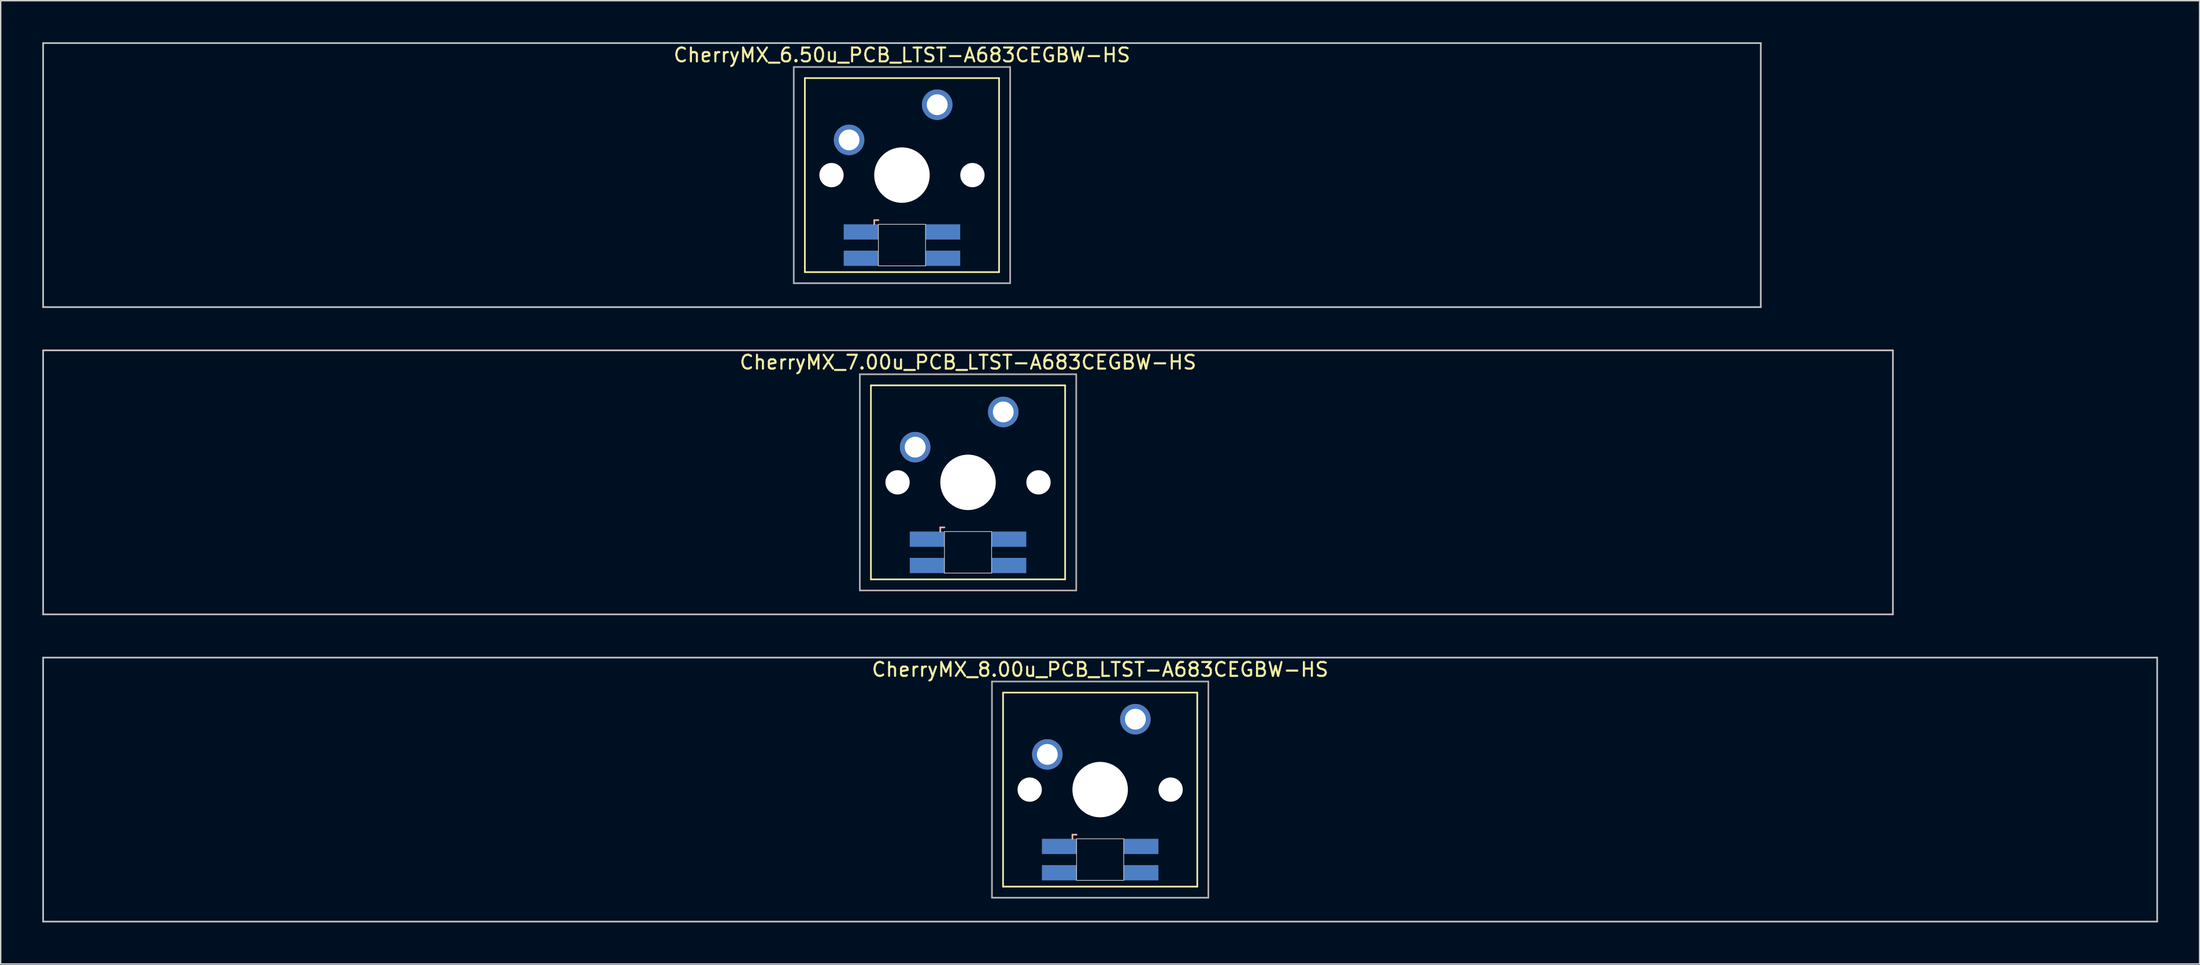
<source format=kicad_pcb>
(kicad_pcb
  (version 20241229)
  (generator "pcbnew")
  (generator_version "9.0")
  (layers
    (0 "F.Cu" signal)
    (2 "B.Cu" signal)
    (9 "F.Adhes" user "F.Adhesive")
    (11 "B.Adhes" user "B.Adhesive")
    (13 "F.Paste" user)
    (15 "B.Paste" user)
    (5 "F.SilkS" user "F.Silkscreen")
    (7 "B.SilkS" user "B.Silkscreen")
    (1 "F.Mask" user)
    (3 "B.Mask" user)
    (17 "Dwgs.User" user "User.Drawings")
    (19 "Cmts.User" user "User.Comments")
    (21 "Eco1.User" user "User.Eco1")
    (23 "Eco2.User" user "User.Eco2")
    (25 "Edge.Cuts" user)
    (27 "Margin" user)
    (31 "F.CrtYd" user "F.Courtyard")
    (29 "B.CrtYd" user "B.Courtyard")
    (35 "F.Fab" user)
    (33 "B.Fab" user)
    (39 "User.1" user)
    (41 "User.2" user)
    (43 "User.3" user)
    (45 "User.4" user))
  (footprint "CherryMX_7.00u_PCB_LTST-A683CEGBW-HS"
    (layer "F.Cu")
    (at 66.735 31.755)
    (property "Reference" "CherryMX_7.00u_PCB_LTST-A683CEGBW-HS" (at 0 -8.662 0) (layer "F.SilkS") (effects (font (size 1 1) (thickness 0.15))))
    (attr through_hole)
    (fp_line (start -7 -7) (end -7 7) (stroke (width 0.12) (type solid)) (layer "F.SilkS"))
    (fp_line (start -7 -7) (end 7 -7) (stroke (width 0.12) (type solid)) (layer "F.SilkS"))
    (fp_line (start 7 -7) (end 7 7) (stroke (width 0.12) (type solid)) (layer "F.SilkS"))
    (fp_line (start 7 7) (end -7 7) (stroke (width 0.12) (type solid)) (layer "F.SilkS"))
    (fp_line (start -2 3.25) (end -2 3.55) (stroke (width 0.12) (type solid)) (layer "B.SilkS"))
    (fp_line (start -1.7 3.25) (end -2 3.25) (stroke (width 0.12) (type solid)) (layer "B.SilkS"))
    (fp_line (start -66.675 -9.525) (end 66.675 -9.525) (stroke (width 0.12) (type solid)) (layer "Dwgs.User"))
    (fp_line (start -66.675 9.525) (end -66.675 -9.525) (stroke (width 0.12) (type solid)) (layer "Dwgs.User"))
    (fp_line (start 66.675 -9.525) (end 66.675 9.525) (stroke (width 0.12) (type solid)) (layer "Dwgs.User"))
    (fp_line (start 66.675 9.525) (end -66.675 9.525) (stroke (width 0.12) (type solid)) (layer "Dwgs.User"))
    (fp_line (start -1.7 3.55) (end 1.7 3.55) (stroke (width 0.05) (type solid)) (layer "Edge.Cuts"))
    (fp_line (start -1.7 6.55) (end -1.7 3.55) (stroke (width 0.05) (type solid)) (layer "Edge.Cuts"))
    (fp_line (start 1.7 3.55) (end 1.7 6.55) (stroke (width 0.05) (type solid)) (layer "Edge.Cuts"))
    (fp_line (start 1.7 6.55) (end -1.7 6.55) (stroke (width 0.05) (type solid)) (layer "Edge.Cuts"))
    (fp_line (start -7.8 -7.8) (end -7.8 7.8) (stroke (width 0.12) (type solid)) (layer "F.Fab"))
    (fp_line (start -7.8 -7.8) (end 7.8 -7.8) (stroke (width 0.12) (type solid)) (layer "F.Fab"))
    (fp_line (start -7.8 7.8) (end 7.8 7.8) (stroke (width 0.12) (type solid)) (layer "F.Fab"))
    (fp_line (start 7.8 -7.8) (end 7.8 7.8) (stroke (width 0.12) (type solid)) (layer "F.Fab"))
    (pad "" np_thru_hole circle (at -5.08 0) (size 1.75 1.75) (drill 1.75) (layers "*.Cu" "*.Mask"))
    (pad "" np_thru_hole circle (at 0 0) (size 4 4) (drill 4) (layers "*.Cu" "*.Mask"))
    (pad "" np_thru_hole circle (at 5.08 0) (size 1.75 1.75) (drill 1.75) (layers "*.Cu" "*.Mask"))
    (pad "1" thru_hole circle (at -3.81 -2.54) (size 2.2 2.2) (drill 1.5) (layers "*.Cu" "*.Mask"))
    (pad "2" thru_hole circle (at 2.54 -5.08) (size 2.2 2.2) (drill 1.5) (layers "*.Cu" "*.Mask"))
    (pad "3" smd rect (at -2.95 4.1) (size 2.5 1.1) (layers "B.Cu" "B.Mask" "B.Paste"))
    (pad "4" smd rect (at -2.95 6) (size 2.5 1.1) (layers "B.Cu" "B.Mask" "B.Paste"))
    (pad "5" smd rect (at 2.95 4.1) (size 2.5 1.1) (layers "B.Cu" "B.Mask" "B.Paste"))
    (pad "6" smd rect (at 2.95 6) (size 2.5 1.1) (layers "B.Cu" "B.Mask" "B.Paste")))
  (footprint "CherryMX_6.50u_PCB_LTST-A683CEGBW-HS"
    (layer "F.Cu")
    (at 61.972 9.585)
    (property "Reference" "CherryMX_6.50u_PCB_LTST-A683CEGBW-HS" (at 0 -8.662 0) (layer "F.SilkS") (effects (font (size 1 1) (thickness 0.15))))
    (attr through_hole)
    (fp_line (start -7 -7) (end -7 7) (stroke (width 0.12) (type solid)) (layer "F.SilkS"))
    (fp_line (start -7 -7) (end 7 -7) (stroke (width 0.12) (type solid)) (layer "F.SilkS"))
    (fp_line (start 7 -7) (end 7 7) (stroke (width 0.12) (type solid)) (layer "F.SilkS"))
    (fp_line (start 7 7) (end -7 7) (stroke (width 0.12) (type solid)) (layer "F.SilkS"))
    (fp_line (start -2 3.25) (end -2 3.55) (stroke (width 0.12) (type solid)) (layer "B.SilkS"))
    (fp_line (start -1.7 3.25) (end -2 3.25) (stroke (width 0.12) (type solid)) (layer "B.SilkS"))
    (fp_line (start -61.913 -9.525) (end 61.913 -9.525) (stroke (width 0.12) (type solid)) (layer "Dwgs.User"))
    (fp_line (start -61.913 9.525) (end -61.913 -9.525) (stroke (width 0.12) (type solid)) (layer "Dwgs.User"))
    (fp_line (start 61.913 -9.525) (end 61.913 9.525) (stroke (width 0.12) (type solid)) (layer "Dwgs.User"))
    (fp_line (start 61.913 9.525) (end -61.913 9.525) (stroke (width 0.12) (type solid)) (layer "Dwgs.User"))
    (fp_line (start -1.7 3.55) (end 1.7 3.55) (stroke (width 0.05) (type solid)) (layer "Edge.Cuts"))
    (fp_line (start -1.7 6.55) (end -1.7 3.55) (stroke (width 0.05) (type solid)) (layer "Edge.Cuts"))
    (fp_line (start 1.7 3.55) (end 1.7 6.55) (stroke (width 0.05) (type solid)) (layer "Edge.Cuts"))
    (fp_line (start 1.7 6.55) (end -1.7 6.55) (stroke (width 0.05) (type solid)) (layer "Edge.Cuts"))
    (fp_line (start -7.8 -7.8) (end -7.8 7.8) (stroke (width 0.12) (type solid)) (layer "F.Fab"))
    (fp_line (start -7.8 -7.8) (end 7.8 -7.8) (stroke (width 0.12) (type solid)) (layer "F.Fab"))
    (fp_line (start -7.8 7.8) (end 7.8 7.8) (stroke (width 0.12) (type solid)) (layer "F.Fab"))
    (fp_line (start 7.8 -7.8) (end 7.8 7.8) (stroke (width 0.12) (type solid)) (layer "F.Fab"))
    (pad "" np_thru_hole circle (at -5.08 0) (size 1.75 1.75) (drill 1.75) (layers "*.Cu" "*.Mask"))
    (pad "" np_thru_hole circle (at 0 0) (size 4 4) (drill 4) (layers "*.Cu" "*.Mask"))
    (pad "" np_thru_hole circle (at 5.08 0) (size 1.75 1.75) (drill 1.75) (layers "*.Cu" "*.Mask"))
    (pad "1" thru_hole circle (at -3.81 -2.54) (size 2.2 2.2) (drill 1.5) (layers "*.Cu" "*.Mask"))
    (pad "2" thru_hole circle (at 2.54 -5.08) (size 2.2 2.2) (drill 1.5) (layers "*.Cu" "*.Mask"))
    (pad "3" smd rect (at -2.95 4.1) (size 2.5 1.1) (layers "B.Cu" "B.Mask" "B.Paste"))
    (pad "4" smd rect (at -2.95 6) (size 2.5 1.1) (layers "B.Cu" "B.Mask" "B.Paste"))
    (pad "5" smd rect (at 2.95 4.1) (size 2.5 1.1) (layers "B.Cu" "B.Mask" "B.Paste"))
    (pad "6" smd rect (at 2.95 6) (size 2.5 1.1) (layers "B.Cu" "B.Mask" "B.Paste")))
  (footprint "CherryMX_8.00u_PCB_LTST-A683CEGBW-HS"
    (layer "F.Cu")
    (at 76.26 53.925)
    (property "Reference" "CherryMX_8.00u_PCB_LTST-A683CEGBW-HS" (at 0 -8.662 0) (layer "F.SilkS") (effects (font (size 1 1) (thickness 0.15))))
    (attr through_hole)
    (fp_line (start -7 -7) (end -7 7) (stroke (width 0.12) (type solid)) (layer "F.SilkS"))
    (fp_line (start -7 -7) (end 7 -7) (stroke (width 0.12) (type solid)) (layer "F.SilkS"))
    (fp_line (start 7 -7) (end 7 7) (stroke (width 0.12) (type solid)) (layer "F.SilkS"))
    (fp_line (start 7 7) (end -7 7) (stroke (width 0.12) (type solid)) (layer "F.SilkS"))
    (fp_line (start -2 3.25) (end -2 3.55) (stroke (width 0.12) (type solid)) (layer "B.SilkS"))
    (fp_line (start -1.7 3.25) (end -2 3.25) (stroke (width 0.12) (type solid)) (layer "B.SilkS"))
    (fp_line (start -76.2 -9.525) (end 76.2 -9.525) (stroke (width 0.12) (type solid)) (layer "Dwgs.User"))
    (fp_line (start -76.2 9.525) (end -76.2 -9.525) (stroke (width 0.12) (type solid)) (layer "Dwgs.User"))
    (fp_line (start 76.2 -9.525) (end 76.2 9.525) (stroke (width 0.12) (type solid)) (layer "Dwgs.User"))
    (fp_line (start 76.2 9.525) (end -76.2 9.525) (stroke (width 0.12) (type solid)) (layer "Dwgs.User"))
    (fp_line (start -1.7 3.55) (end 1.7 3.55) (stroke (width 0.05) (type solid)) (layer "Edge.Cuts"))
    (fp_line (start -1.7 6.55) (end -1.7 3.55) (stroke (width 0.05) (type solid)) (layer "Edge.Cuts"))
    (fp_line (start 1.7 3.55) (end 1.7 6.55) (stroke (width 0.05) (type solid)) (layer "Edge.Cuts"))
    (fp_line (start 1.7 6.55) (end -1.7 6.55) (stroke (width 0.05) (type solid)) (layer "Edge.Cuts"))
    (fp_line (start -7.8 -7.8) (end -7.8 7.8) (stroke (width 0.12) (type solid)) (layer "F.Fab"))
    (fp_line (start -7.8 -7.8) (end 7.8 -7.8) (stroke (width 0.12) (type solid)) (layer "F.Fab"))
    (fp_line (start -7.8 7.8) (end 7.8 7.8) (stroke (width 0.12) (type solid)) (layer "F.Fab"))
    (fp_line (start 7.8 -7.8) (end 7.8 7.8) (stroke (width 0.12) (type solid)) (layer "F.Fab"))
    (pad "" np_thru_hole circle (at -5.08 0) (size 1.75 1.75) (drill 1.75) (layers "*.Cu" "*.Mask"))
    (pad "" np_thru_hole circle (at 0 0) (size 4 4) (drill 4) (layers "*.Cu" "*.Mask"))
    (pad "" np_thru_hole circle (at 5.08 0) (size 1.75 1.75) (drill 1.75) (layers "*.Cu" "*.Mask"))
    (pad "1" thru_hole circle (at -3.81 -2.54) (size 2.2 2.2) (drill 1.5) (layers "*.Cu" "*.Mask"))
    (pad "2" thru_hole circle (at 2.54 -5.08) (size 2.2 2.2) (drill 1.5) (layers "*.Cu" "*.Mask"))
    (pad "3" smd rect (at -2.95 4.1) (size 2.5 1.1) (layers "B.Cu" "B.Mask" "B.Paste"))
    (pad "4" smd rect (at -2.95 6) (size 2.5 1.1) (layers "B.Cu" "B.Mask" "B.Paste"))
    (pad "5" smd rect (at 2.95 4.1) (size 2.5 1.1) (layers "B.Cu" "B.Mask" "B.Paste"))
    (pad "6" smd rect (at 2.95 6) (size 2.5 1.1) (layers "B.Cu" "B.Mask" "B.Paste")))
  (gr_rect
    (start -3 -3)
    (end 155.52 66.51)
    (stroke (width 0.1) (type default))
    (fill no)
    (layer "Edge.Cuts")))
</source>
